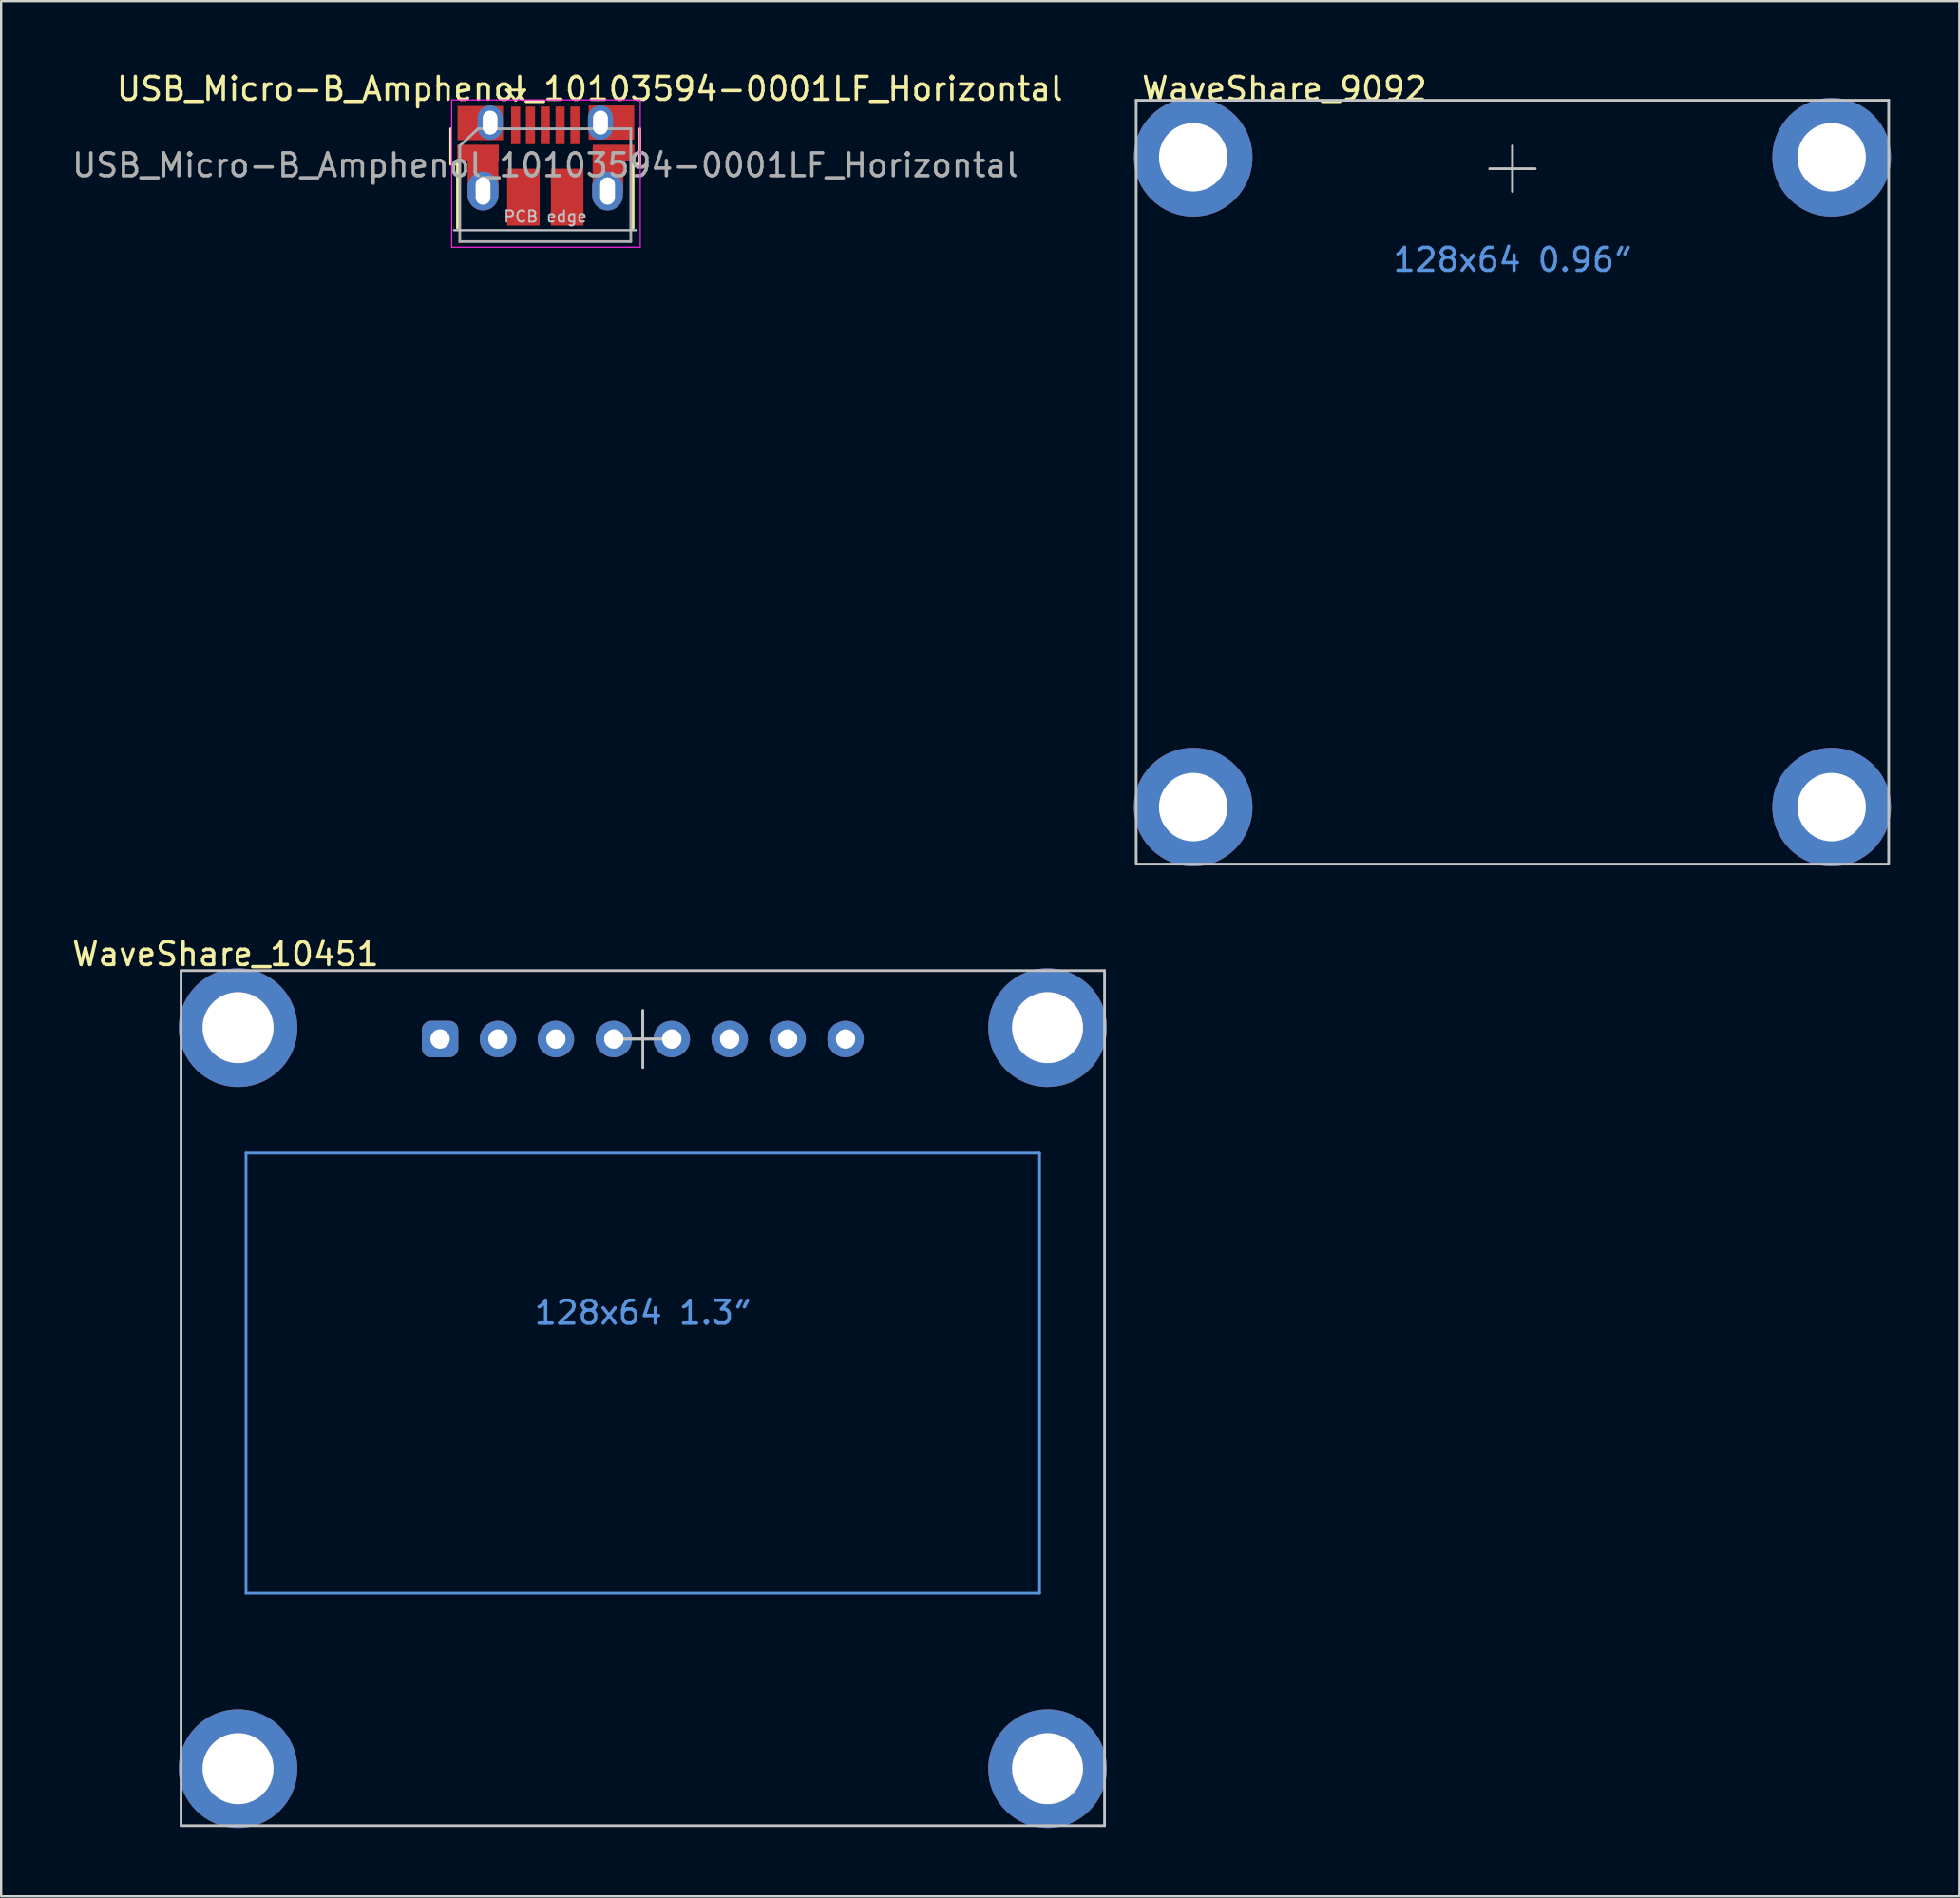
<source format=kicad_pcb>
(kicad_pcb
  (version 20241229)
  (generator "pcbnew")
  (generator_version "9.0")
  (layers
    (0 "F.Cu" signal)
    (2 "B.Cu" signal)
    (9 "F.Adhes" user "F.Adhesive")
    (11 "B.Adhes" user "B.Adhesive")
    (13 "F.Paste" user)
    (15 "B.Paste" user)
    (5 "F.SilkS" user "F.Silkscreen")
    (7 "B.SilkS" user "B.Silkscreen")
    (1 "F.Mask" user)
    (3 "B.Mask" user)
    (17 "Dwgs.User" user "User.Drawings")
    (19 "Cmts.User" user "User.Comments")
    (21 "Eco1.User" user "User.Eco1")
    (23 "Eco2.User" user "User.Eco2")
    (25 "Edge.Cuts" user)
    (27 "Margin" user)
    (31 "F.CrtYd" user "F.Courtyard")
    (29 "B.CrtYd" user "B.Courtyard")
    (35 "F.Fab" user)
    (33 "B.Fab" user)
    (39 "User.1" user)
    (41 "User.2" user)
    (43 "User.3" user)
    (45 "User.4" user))
  (footprint "WaveShare_10451"
    (layer "F.Cu")
    (at 25.139 39.522)
    (property "Reference" "WaveShare_10451" (at -18.3 -0.725 0) (layer "F.SilkS") (effects (font (size 1 1) (thickness 0.15))))
    (attr through_hole)
    (fp_line (start -20.25 0) (end 20.25 0) (stroke (width 0.12) (type solid)) (layer "Dwgs.User"))
    (fp_line (start -20.25 37.5) (end -20.25 0) (stroke (width 0.12) (type solid)) (layer "Dwgs.User"))
    (fp_line (start -1.25 3) (end 0 3) (stroke (width 0.12) (type solid)) (layer "Dwgs.User"))
    (fp_line (start 0 1.75) (end 0 3) (stroke (width 0.12) (type solid)) (layer "Dwgs.User"))
    (fp_line (start 0 3) (end -1.25 3) (stroke (width 0.12) (type solid)) (layer "Dwgs.User"))
    (fp_line (start 0 3) (end 0 1.75) (stroke (width 0.12) (type solid)) (layer "Dwgs.User"))
    (fp_line (start 0 3) (end 0 4.25) (stroke (width 0.12) (type solid)) (layer "Dwgs.User"))
    (fp_line (start 0 3) (end 1.25 3) (stroke (width 0.12) (type solid)) (layer "Dwgs.User"))
    (fp_line (start 1.25 3) (end 0 3) (stroke (width 0.12) (type solid)) (layer "Dwgs.User"))
    (fp_line (start 20.25 0) (end 20.25 37.5) (stroke (width 0.12) (type solid)) (layer "Dwgs.User"))
    (fp_line (start 20.25 37.5) (end -20.25 37.5) (stroke (width 0.12) (type solid)) (layer "Dwgs.User"))
    (fp_circle (center -17.75 2.5) (end -19.25 2.5) (stroke (width 0.12) (type solid)) (fill no) (layer "Dwgs.User"))
    (fp_circle (center -17.75 2.5) (end -17.7 2.5) (stroke (width 0.12) (type solid)) (fill no) (layer "Dwgs.User"))
    (fp_circle (center -17.75 35) (end -19.25 35) (stroke (width 0.12) (type solid)) (fill no) (layer "Dwgs.User"))
    (fp_circle (center -17.75 35) (end -17.7 35) (stroke (width 0.12) (type solid)) (fill no) (layer "Dwgs.User"))
    (fp_circle (center 17.75 2.5) (end 17.8 2.5) (stroke (width 0.12) (type solid)) (fill no) (layer "Dwgs.User"))
    (fp_circle (center 17.75 2.5) (end 19.25 2.5) (stroke (width 0.12) (type solid)) (fill no) (layer "Dwgs.User"))
    (fp_circle (center 17.75 35) (end 17.8 35) (stroke (width 0.12) (type solid)) (fill no) (layer "Dwgs.User"))
    (fp_circle (center 17.75 35) (end 19.25 35) (stroke (width 0.12) (type solid)) (fill no) (layer "Dwgs.User"))
    (fp_line (start -17.4 8) (end -17.4 27.3) (stroke (width 0.12) (type solid)) (layer "Cmts.User"))
    (fp_line (start -17.4 8) (end 17.4 8) (stroke (width 0.12) (type solid)) (layer "Cmts.User"))
    (fp_line (start -17.4 27.3) (end 17.4 27.3) (stroke (width 0.12) (type solid)) (layer "Cmts.User"))
    (fp_line (start 17.4 8) (end 17.4 27.3) (stroke (width 0.12) (type solid)) (layer "Cmts.User"))
    (fp_text user "128x64 1.3″" (at 0 15 0) (layer "Cmts.User") (effects (font (size 1 1) (thickness 0.15))))
    (pad "1" thru_hole roundrect (at -8.89 3) (size 1.6 1.6) (drill 0.85) (layers "*.Cu" "*.Mask") (roundrect_rratio 0.25))
    (pad "2" thru_hole circle (at -6.35 3) (size 1.6 1.6) (drill 0.85) (layers "*.Cu" "*.Mask"))
    (pad "3" thru_hole circle (at -3.81 3) (size 1.6 1.6) (drill 0.85) (layers "*.Cu" "*.Mask"))
    (pad "4" thru_hole circle (at -1.27 3) (size 1.6 1.6) (drill 0.85) (layers "*.Cu" "*.Mask"))
    (pad "5" thru_hole circle (at 1.27 3) (size 1.6 1.6) (drill 0.85) (layers "*.Cu" "*.Mask"))
    (pad "6" thru_hole circle (at 3.81 3) (size 1.6 1.6) (drill 0.85) (layers "*.Cu" "*.Mask"))
    (pad "7" thru_hole circle (at 6.35 3) (size 1.6 1.6) (drill 0.85) (layers "*.Cu" "*.Mask"))
    (pad "8" thru_hole circle (at 8.89 3) (size 1.6 1.6) (drill 0.85) (layers "*.Cu" "*.Mask"))
    (pad "MP" thru_hole circle (at -17.75 2.5) (size 5.2 5.2) (drill 3.1) (layers "*.Cu" "*.Mask"))
    (pad "MP" thru_hole circle (at -17.75 35) (size 5.2 5.2) (drill 3.1) (layers "*.Cu" "*.Mask"))
    (pad "MP" thru_hole circle (at 17.75 2.5) (size 5.2 5.2) (drill 3.1) (layers "*.Cu" "*.Mask"))
    (pad "MP" thru_hole circle (at 17.75 35) (size 5.2 5.2) (drill 3.1) (layers "*.Cu" "*.Mask")))
  (footprint "WaveShare_9092"
    (layer "F.Cu")
    (at 63.276 1.348)
    (property "Reference" "WaveShare_9092" (at -10 -0.5 0) (layer "F.SilkS") (effects (font (size 1 1) (thickness 0.15))))
    (attr through_hole)
    (fp_line (start -16.5 0) (end 16.5 0) (stroke (width 0.12) (type solid)) (layer "Dwgs.User"))
    (fp_line (start -16.5 33.5) (end -16.5 0) (stroke (width 0.12) (type solid)) (layer "Dwgs.User"))
    (fp_line (start -16.5 33.5) (end 16.5 33.5) (stroke (width 0.12) (type solid)) (layer "Dwgs.User"))
    (fp_line (start -1 3) (end 0 3) (stroke (width 0.12) (type solid)) (layer "Dwgs.User"))
    (fp_line (start 0 3) (end 0 2) (stroke (width 0.12) (type solid)) (layer "Dwgs.User"))
    (fp_line (start 0 3) (end 0 4) (stroke (width 0.12) (type solid)) (layer "Dwgs.User"))
    (fp_line (start 0 3) (end 1 3) (stroke (width 0.12) (type solid)) (layer "Dwgs.User"))
    (fp_line (start 16.5 0) (end 16.5 33.5) (stroke (width 0.12) (type solid)) (layer "Dwgs.User"))
    (fp_text user "128x64 0.96″" (at 0 7 0) (layer "Cmts.User") (effects (font (size 1 1) (thickness 0.15))))
    (pad "MP" thru_hole circle (at -14 2.5) (size 5.2 5.2) (drill 3) (layers "*.Cu" "*.Mask"))
    (pad "MP" thru_hole circle (at -14 31) (size 5.2 5.2) (drill 3) (layers "*.Cu" "*.Mask"))
    (pad "MP" thru_hole circle (at 14 2.5) (size 5.2 5.2) (drill 3) (layers "*.Cu" "*.Mask"))
    (pad "MP" thru_hole circle (at 14 31) (size 5.2 5.2) (drill 3) (layers "*.Cu" "*.Mask")))
  (footprint "USB_Micro-B_Amphenol_10103594-0001LF_Horizontal"
    (layer "F.Cu")
    (at 20.888 4.213)
    (property "Reference" "USB_Micro-B_Amphenol_10103594-0001LF_Horizontal" (at 1.925 -3.365 0) (layer "F.SilkS") (effects (font (size 1 1) (thickness 0.15))))
    (attr smd)
    (fp_line (start -4.175 -0.065) (end -4.175 -1.615) (stroke (width 0.12) (type solid)) (layer "F.SilkS"))
    (fp_line (start -4.175 -0.065) (end -3.875 -0.065) (stroke (width 0.12) (type solid)) (layer "F.SilkS"))
    (fp_line (start -3.875 2.735) (end -3.875 -0.065) (stroke (width 0.12) (type solid)) (layer "F.SilkS"))
    (fp_line (start -1.725 -3.315) (end -0.925 -3.315) (stroke (width 0.12) (type solid)) (layer "F.SilkS"))
    (fp_line (start -1.325 -2.865) (end -1.725 -3.315) (stroke (width 0.12) (type solid)) (layer "F.SilkS"))
    (fp_line (start -0.925 -3.315) (end -1.325 -2.865) (stroke (width 0.12) (type solid)) (layer "F.SilkS"))
    (fp_line (start 3.825 -0.065) (end 4.125 -0.065) (stroke (width 0.12) (type solid)) (layer "F.SilkS"))
    (fp_line (start 3.825 2.735) (end 3.825 -0.065) (stroke (width 0.12) (type solid)) (layer "F.SilkS"))
    (fp_line (start 4.125 -0.065) (end 4.125 -1.615) (stroke (width 0.12) (type solid)) (layer "F.SilkS"))
    (fp_line (start -4.025 2.835) (end 3.975 2.835) (stroke (width 0.1) (type solid)) (layer "Dwgs.User"))
    (fp_line (start -4.13 -2.88) (end -4.13 3.58) (stroke (width 0.05) (type solid)) (layer "F.CrtYd"))
    (fp_line (start -4.13 -2.88) (end 4.14 -2.88) (stroke (width 0.05) (type solid)) (layer "F.CrtYd"))
    (fp_line (start 4.14 3.58) (end -4.13 3.58) (stroke (width 0.05) (type solid)) (layer "F.CrtYd"))
    (fp_line (start 4.14 3.58) (end 4.14 -2.88) (stroke (width 0.05) (type solid)) (layer "F.CrtYd"))
    (fp_line (start -3.775 -0.865) (end -2.975 -1.615) (stroke (width 0.12) (type solid)) (layer "F.Fab"))
    (fp_line (start -3.775 3.335) (end -3.775 -0.865) (stroke (width 0.12) (type solid)) (layer "F.Fab"))
    (fp_line (start -2.975 -1.615) (end 3.725 -1.615) (stroke (width 0.12) (type solid)) (layer "F.Fab"))
    (fp_line (start 3.725 -1.615) (end 3.725 3.335) (stroke (width 0.12) (type solid)) (layer "F.Fab"))
    (fp_line (start 3.725 3.335) (end -3.775 3.335) (stroke (width 0.12) (type solid)) (layer "F.Fab"))
    (fp_text user "PCB edge" (at -0.025 2.235 0) (layer "Dwgs.User") (effects (font (size 0.5 0.5) (thickness 0.075))))
    (fp_text user "${REFERENCE}" (at -0.025 -0.015 0) (layer "F.Fab") (effects (font (size 1 1) (thickness 0.15))))
    (pad "1" smd rect (at -1.325 -1.765 90) (size 1.65 0.4) (layers "F.Cu" "F.Mask" "F.Paste"))
    (pad "2" smd rect (at -0.675 -1.765 90) (size 1.65 0.4) (layers "F.Cu" "F.Mask" "F.Paste"))
    (pad "3" smd rect (at -0.025 -1.765 90) (size 1.65 0.4) (layers "F.Cu" "F.Mask" "F.Paste"))
    (pad "4" smd rect (at 0.625 -1.765 90) (size 1.65 0.4) (layers "F.Cu" "F.Mask" "F.Paste"))
    (pad "5" smd rect (at 1.275 -1.765 90) (size 1.65 0.4) (layers "F.Cu" "F.Mask" "F.Paste"))
    (pad "6" smd rect (at -2.975 -0.565) (size 1.825 0.7) (layers "F.Cu" "F.Mask" "F.Paste"))
    (pad "6" smd rect (at -2.875 -1.865) (size 2 1.5) (layers "F.Cu" "F.Mask" "F.Paste"))
    (pad "6" smd rect (at -2.755 0.185) (size 1.35 2) (layers "F.Cu" "F.Mask" "F.Paste"))
    (pad "6" thru_hole oval (at -2.755 1.115 90) (size 1.7 1.35) (drill oval 1.2 0.65) (layers "*.Cu" "*.Mask"))
    (pad "6" thru_hole oval (at -2.445 -1.885 90) (size 1.5 1.1) (drill oval 1.05 0.65) (layers "*.Cu" "*.Mask"))
    (pad "6" smd rect (at -0.985 1.385 90) (size 2.5 1.43) (layers "F.Cu" "F.Mask" "F.Paste"))
    (pad "6" smd rect (at 0.935 1.385 90) (size 2.5 1.43) (layers "F.Cu" "F.Mask" "F.Paste"))
    (pad "6" thru_hole oval (at 2.395 -1.885 90) (size 1.5 1.1) (drill oval 1.05 0.65) (layers "*.Cu" "*.Mask"))
    (pad "6" thru_hole oval (at 2.705 1.115 90) (size 1.7 1.35) (drill oval 1.2 0.65) (layers "*.Cu" "*.Mask"))
    (pad "6" smd rect (at 2.725 0.185) (size 1.35 2) (layers "F.Cu" "F.Mask" "F.Paste"))
    (pad "6" smd rect (at 2.875 -1.885) (size 2 1.5) (layers "F.Cu" "F.Mask" "F.Paste"))
    (pad "6" smd rect (at 2.975 -0.565) (size 1.825 0.7) (layers "F.Cu" "F.Mask" "F.Paste")))
  (gr_rect
    (start -3 -3)
    (end 82.876 80.121)
    (stroke (width 0.1) (type default))
    (fill no)
    (layer "Edge.Cuts")))
</source>
